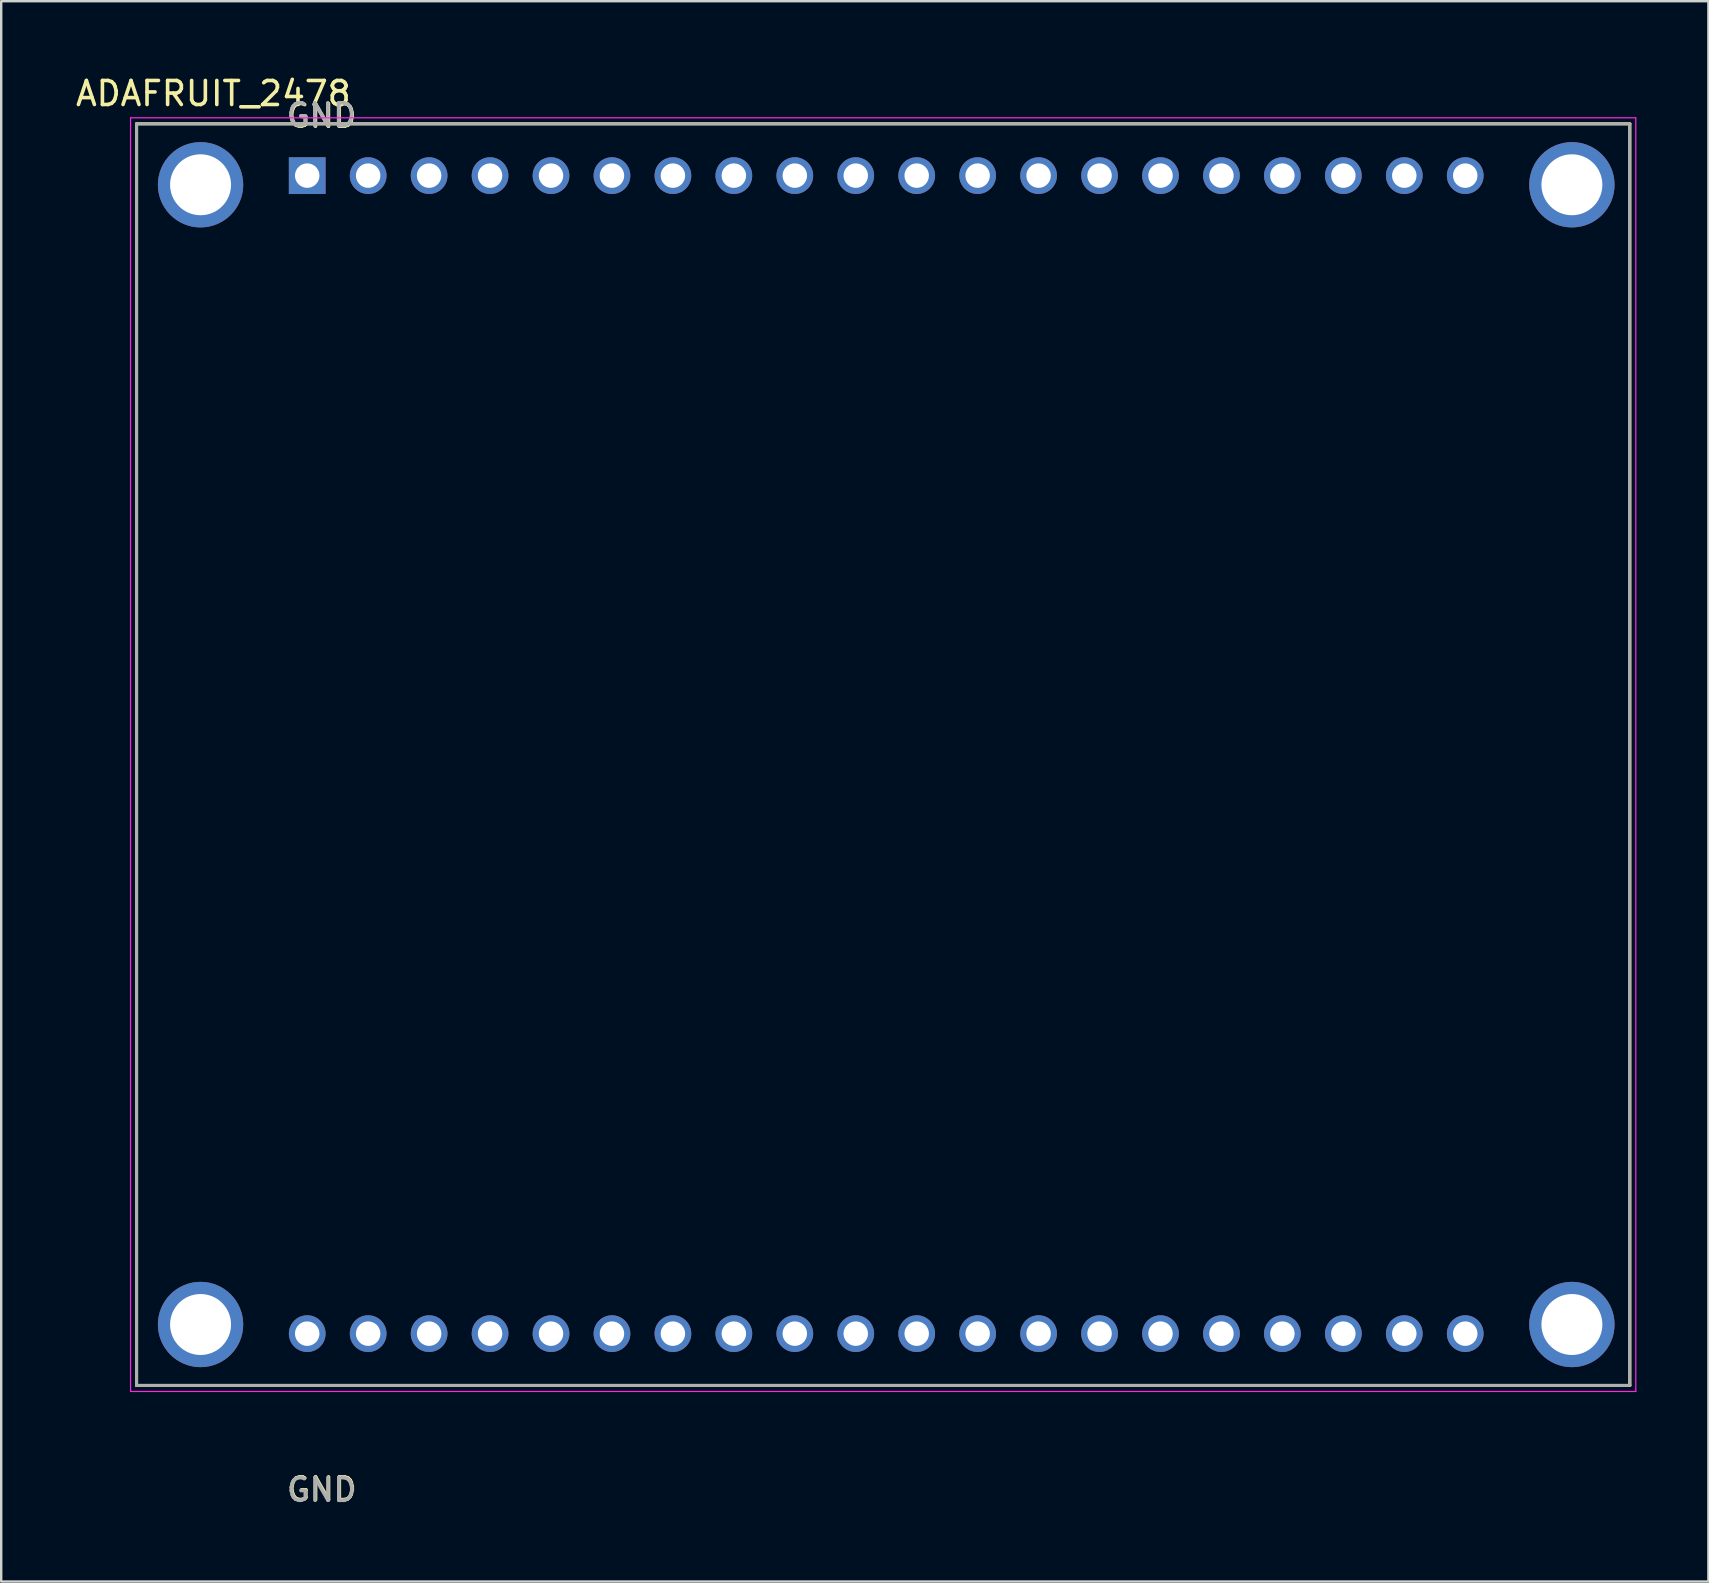
<source format=kicad_pcb>
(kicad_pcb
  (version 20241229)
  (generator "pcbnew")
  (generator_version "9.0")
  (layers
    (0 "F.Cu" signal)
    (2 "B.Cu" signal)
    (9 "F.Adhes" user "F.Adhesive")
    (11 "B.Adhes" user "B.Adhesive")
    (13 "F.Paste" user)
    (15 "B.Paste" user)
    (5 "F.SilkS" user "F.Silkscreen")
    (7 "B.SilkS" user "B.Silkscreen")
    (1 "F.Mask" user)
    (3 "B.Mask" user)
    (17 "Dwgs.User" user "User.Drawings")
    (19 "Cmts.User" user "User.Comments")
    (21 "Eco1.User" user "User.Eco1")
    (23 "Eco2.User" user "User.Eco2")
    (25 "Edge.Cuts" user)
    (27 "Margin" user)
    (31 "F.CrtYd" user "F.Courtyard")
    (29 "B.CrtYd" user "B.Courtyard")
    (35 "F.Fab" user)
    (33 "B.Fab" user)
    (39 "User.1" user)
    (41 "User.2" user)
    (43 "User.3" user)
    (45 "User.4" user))
  (footprint "ADAFRUIT_2478"
    (layer "F.Cu")
    (at 33.883 28.399)
    (property "Reference" "ADAFRUIT_2478" (at -28.041 -27.55 0) (layer "F.SilkS") (effects (font (size 1.001 1.001) (thickness 0.15))))
    (attr through_hole)
    (fp_line (start -31.242 -26.289) (end 30.988 -26.289) (stroke (width 0.127) (type solid)) (layer "F.SilkS"))
    (fp_line (start -31.242 26.289) (end -31.242 -26.289) (stroke (width 0.127) (type solid)) (layer "F.SilkS"))
    (fp_line (start 30.988 -26.289) (end 30.988 26.289) (stroke (width 0.127) (type solid)) (layer "F.SilkS"))
    (fp_line (start 30.988 26.289) (end -31.242 26.289) (stroke (width 0.127) (type solid)) (layer "F.SilkS"))
    (fp_line (start -31.492 -26.539) (end 31.238 -26.539) (stroke (width 0.05) (type solid)) (layer "F.CrtYd"))
    (fp_line (start -31.492 26.539) (end -31.492 -26.539) (stroke (width 0.05) (type solid)) (layer "F.CrtYd"))
    (fp_line (start 31.238 -26.539) (end 31.238 26.539) (stroke (width 0.05) (type solid)) (layer "F.CrtYd"))
    (fp_line (start 31.238 26.539) (end -31.492 26.539) (stroke (width 0.05) (type solid)) (layer "F.CrtYd"))
    (fp_line (start -31.242 -26.289) (end 30.988 -26.289) (stroke (width 0.127) (type solid)) (layer "F.Fab"))
    (fp_line (start -31.242 26.289) (end -31.242 -26.289) (stroke (width 0.127) (type solid)) (layer "F.Fab"))
    (fp_line (start 30.988 -26.289) (end 30.988 26.289) (stroke (width 0.127) (type solid)) (layer "F.Fab"))
    (fp_line (start 30.988 26.289) (end -31.242 26.289) (stroke (width 0.127) (type solid)) (layer "F.Fab"))
    (fp_text user "GND" (at -23.517 -26.62 0) (layer "F.SilkS") (effects (font (size 0.946 0.946) (thickness 0.15))))
    (fp_text user "GND" (at -23.512 30.616 0) (layer "F.SilkS") (effects (font (size 0.945 0.945) (thickness 0.15))))
    (fp_text user "GND" (at -23.542 -26.647 0) (layer "F.Fab") (effects (font (size 0.947 0.947) (thickness 0.15))))
    (fp_text user "GND" (at -23.534 30.644 0) (layer "F.Fab") (effects (font (size 0.946 0.946) (thickness 0.15))))
    (pad "1" thru_hole rect (at -24.13 -24.13) (size 1.53 1.53) (drill 1.02) (layers "*.Cu" "*.Mask"))
    (pad "2" thru_hole circle (at -21.59 -24.13) (size 1.53 1.53) (drill 1.02) (layers "*.Cu" "*.Mask"))
    (pad "3" thru_hole circle (at -19.05 -24.13) (size 1.53 1.53) (drill 1.02) (layers "*.Cu" "*.Mask"))
    (pad "4" thru_hole circle (at -16.51 -24.13) (size 1.53 1.53) (drill 1.02) (layers "*.Cu" "*.Mask"))
    (pad "5" thru_hole circle (at -13.97 -24.13) (size 1.53 1.53) (drill 1.02) (layers "*.Cu" "*.Mask"))
    (pad "6" thru_hole circle (at -11.43 -24.13) (size 1.53 1.53) (drill 1.02) (layers "*.Cu" "*.Mask"))
    (pad "7" thru_hole circle (at -8.89 -24.13) (size 1.53 1.53) (drill 1.02) (layers "*.Cu" "*.Mask"))
    (pad "8" thru_hole circle (at -6.35 -24.13) (size 1.53 1.53) (drill 1.02) (layers "*.Cu" "*.Mask"))
    (pad "9" thru_hole circle (at -3.81 -24.13) (size 1.53 1.53) (drill 1.02) (layers "*.Cu" "*.Mask"))
    (pad "10" thru_hole circle (at -1.27 -24.13) (size 1.53 1.53) (drill 1.02) (layers "*.Cu" "*.Mask"))
    (pad "11" thru_hole circle (at 1.27 -24.13) (size 1.53 1.53) (drill 1.02) (layers "*.Cu" "*.Mask"))
    (pad "12" thru_hole circle (at 3.81 -24.13) (size 1.53 1.53) (drill 1.02) (layers "*.Cu" "*.Mask"))
    (pad "13" thru_hole circle (at 6.35 -24.13) (size 1.53 1.53) (drill 1.02) (layers "*.Cu" "*.Mask"))
    (pad "14" thru_hole circle (at 8.89 -24.13) (size 1.53 1.53) (drill 1.02) (layers "*.Cu" "*.Mask"))
    (pad "15" thru_hole circle (at 11.43 -24.13) (size 1.53 1.53) (drill 1.02) (layers "*.Cu" "*.Mask"))
    (pad "16" thru_hole circle (at 13.97 -24.13) (size 1.53 1.53) (drill 1.02) (layers "*.Cu" "*.Mask"))
    (pad "17" thru_hole circle (at 16.51 -24.13) (size 1.53 1.53) (drill 1.02) (layers "*.Cu" "*.Mask"))
    (pad "18" thru_hole circle (at 19.05 -24.13) (size 1.53 1.53) (drill 1.02) (layers "*.Cu" "*.Mask"))
    (pad "19" thru_hole circle (at 21.59 -24.13) (size 1.53 1.53) (drill 1.02) (layers "*.Cu" "*.Mask"))
    (pad "20" thru_hole circle (at 24.13 -24.13) (size 1.53 1.53) (drill 1.02) (layers "*.Cu" "*.Mask"))
    (pad "21" thru_hole circle (at -24.13 24.13) (size 1.53 1.53) (drill 1.02) (layers "*.Cu" "*.Mask"))
    (pad "22" thru_hole circle (at -21.59 24.13) (size 1.53 1.53) (drill 1.02) (layers "*.Cu" "*.Mask"))
    (pad "23" thru_hole circle (at -19.05 24.13) (size 1.53 1.53) (drill 1.02) (layers "*.Cu" "*.Mask"))
    (pad "24" thru_hole circle (at -16.51 24.13) (size 1.53 1.53) (drill 1.02) (layers "*.Cu" "*.Mask"))
    (pad "25" thru_hole circle (at -13.97 24.13) (size 1.53 1.53) (drill 1.02) (layers "*.Cu" "*.Mask"))
    (pad "26" thru_hole circle (at -11.43 24.13) (size 1.53 1.53) (drill 1.02) (layers "*.Cu" "*.Mask"))
    (pad "27" thru_hole circle (at -8.89 24.13) (size 1.53 1.53) (drill 1.02) (layers "*.Cu" "*.Mask"))
    (pad "28" thru_hole circle (at -6.35 24.13) (size 1.53 1.53) (drill 1.02) (layers "*.Cu" "*.Mask"))
    (pad "29" thru_hole circle (at -3.81 24.13) (size 1.53 1.53) (drill 1.02) (layers "*.Cu" "*.Mask"))
    (pad "30" thru_hole circle (at -1.27 24.13) (size 1.53 1.53) (drill 1.02) (layers "*.Cu" "*.Mask"))
    (pad "31" thru_hole circle (at 1.27 24.13) (size 1.53 1.53) (drill 1.02) (layers "*.Cu" "*.Mask"))
    (pad "32" thru_hole circle (at 3.81 24.13) (size 1.53 1.53) (drill 1.02) (layers "*.Cu" "*.Mask"))
    (pad "33" thru_hole circle (at 6.35 24.13) (size 1.53 1.53) (drill 1.02) (layers "*.Cu" "*.Mask"))
    (pad "34" thru_hole circle (at 8.89 24.13) (size 1.53 1.53) (drill 1.02) (layers "*.Cu" "*.Mask"))
    (pad "35" thru_hole circle (at 11.43 24.13) (size 1.53 1.53) (drill 1.02) (layers "*.Cu" "*.Mask"))
    (pad "36" thru_hole circle (at 13.97 24.13) (size 1.53 1.53) (drill 1.02) (layers "*.Cu" "*.Mask"))
    (pad "37" thru_hole circle (at 16.51 24.13) (size 1.53 1.53) (drill 1.02) (layers "*.Cu" "*.Mask"))
    (pad "38" thru_hole circle (at 19.05 24.13) (size 1.53 1.53) (drill 1.02) (layers "*.Cu" "*.Mask"))
    (pad "39" thru_hole circle (at 21.59 24.13) (size 1.53 1.53) (drill 1.02) (layers "*.Cu" "*.Mask"))
    (pad "40" thru_hole circle (at 24.13 24.13) (size 1.53 1.53) (drill 1.02) (layers "*.Cu" "*.Mask"))
    (pad "S1" thru_hole circle (at -28.575 -23.749) (size 3.556 3.556) (drill 2.54) (layers "*.Cu" "*.Mask"))
    (pad "S2" thru_hole circle (at -28.575 23.749) (size 3.556 3.556) (drill 2.54) (layers "*.Cu" "*.Mask"))
    (pad "S3" thru_hole circle (at 28.575 -23.749) (size 3.556 3.556) (drill 2.54) (layers "*.Cu" "*.Mask"))
    (pad "S4" thru_hole circle (at 28.575 23.749) (size 3.556 3.556) (drill 2.54) (layers "*.Cu" "*.Mask")))
  (gr_rect
    (start -3 -3)
    (end 68.146 62.86)
    (stroke (width 0.1) (type default))
    (fill no)
    (layer "Edge.Cuts")))
</source>
